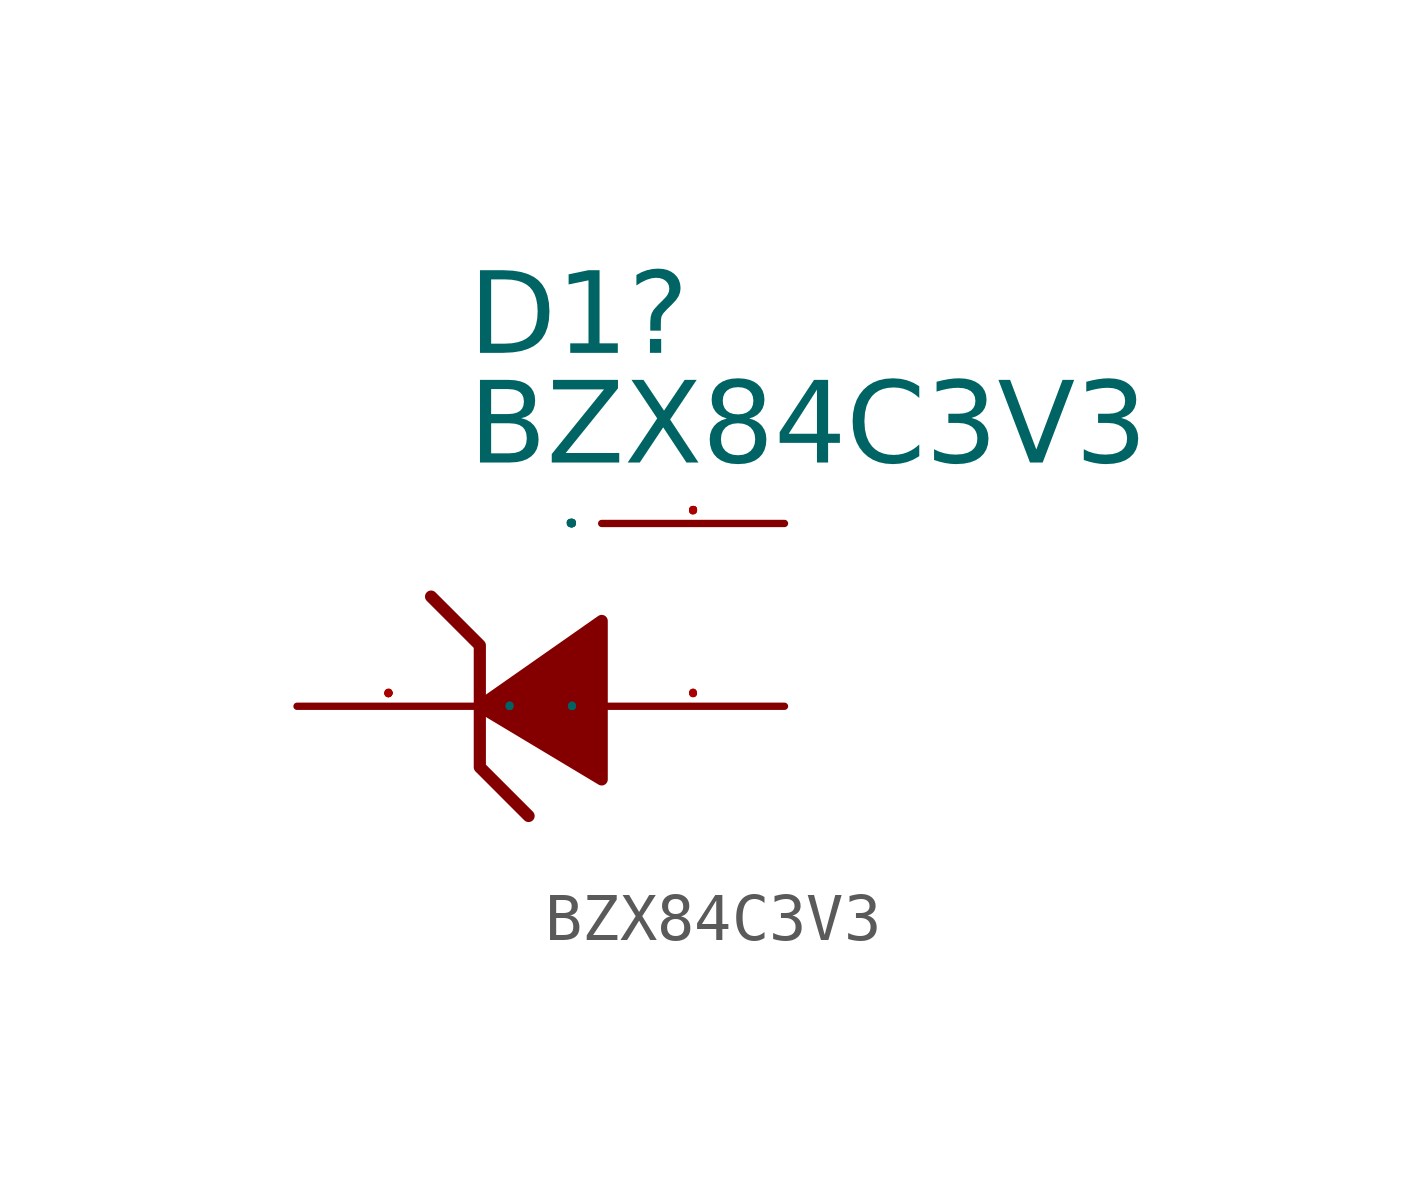
<source format=kicad_sym>
(kicad_symbol_lib
  (version 20241209)
  (generator "kicad_symbol_editor")
  (generator_version "9.0")
  (symbol "BZX84C3V3"
    (property "Reference" "D1"
      (at -1.499 9.055 0)
      (effects (font (face "Arial") (size 1.689 1.689)) (justify left top)))
    (property "Value" "BZX84C3V3"
      (at -1.499 6.769 0)
      (effects (font (face "Arial") (size 1.689 1.689)) (justify left top)))
    (symbol "BZX84C3V3_0_0"
      (polyline (pts (xy -2.286 2.286) (xy -1.27 1.27) (xy -1.27 -1.27) (xy -0.254 -2.286)) (stroke (width 0.254) (type solid)) (fill (type none)))
      (polyline (pts (xy 1.27 -1.524) (xy -1.27 0) (xy 1.27 1.778) (xy 1.27 -1.524)) (stroke (width 0.254) (type solid)) (fill (type outline)))
      (pin passive line (at -5.08 0 0) (length 3.81) (name "K" (effects (font (size 0.025 0.025)))) (number "3" (effects (font (size 0.025 0.025)))))
      (pin passive line (at 5.08 3.81 180) (length 3.81) (name "NC" (effects (font (size 0.025 0.025)))) (number "2" (effects (font (size 0.025 0.025)))))
      (pin passive line (at 5.08 0 180) (length 3.81) (name "A" (effects (font (size 0.025 0.025)))) (number "1" (effects (font (size 0.025 0.025))))))))
</source>
